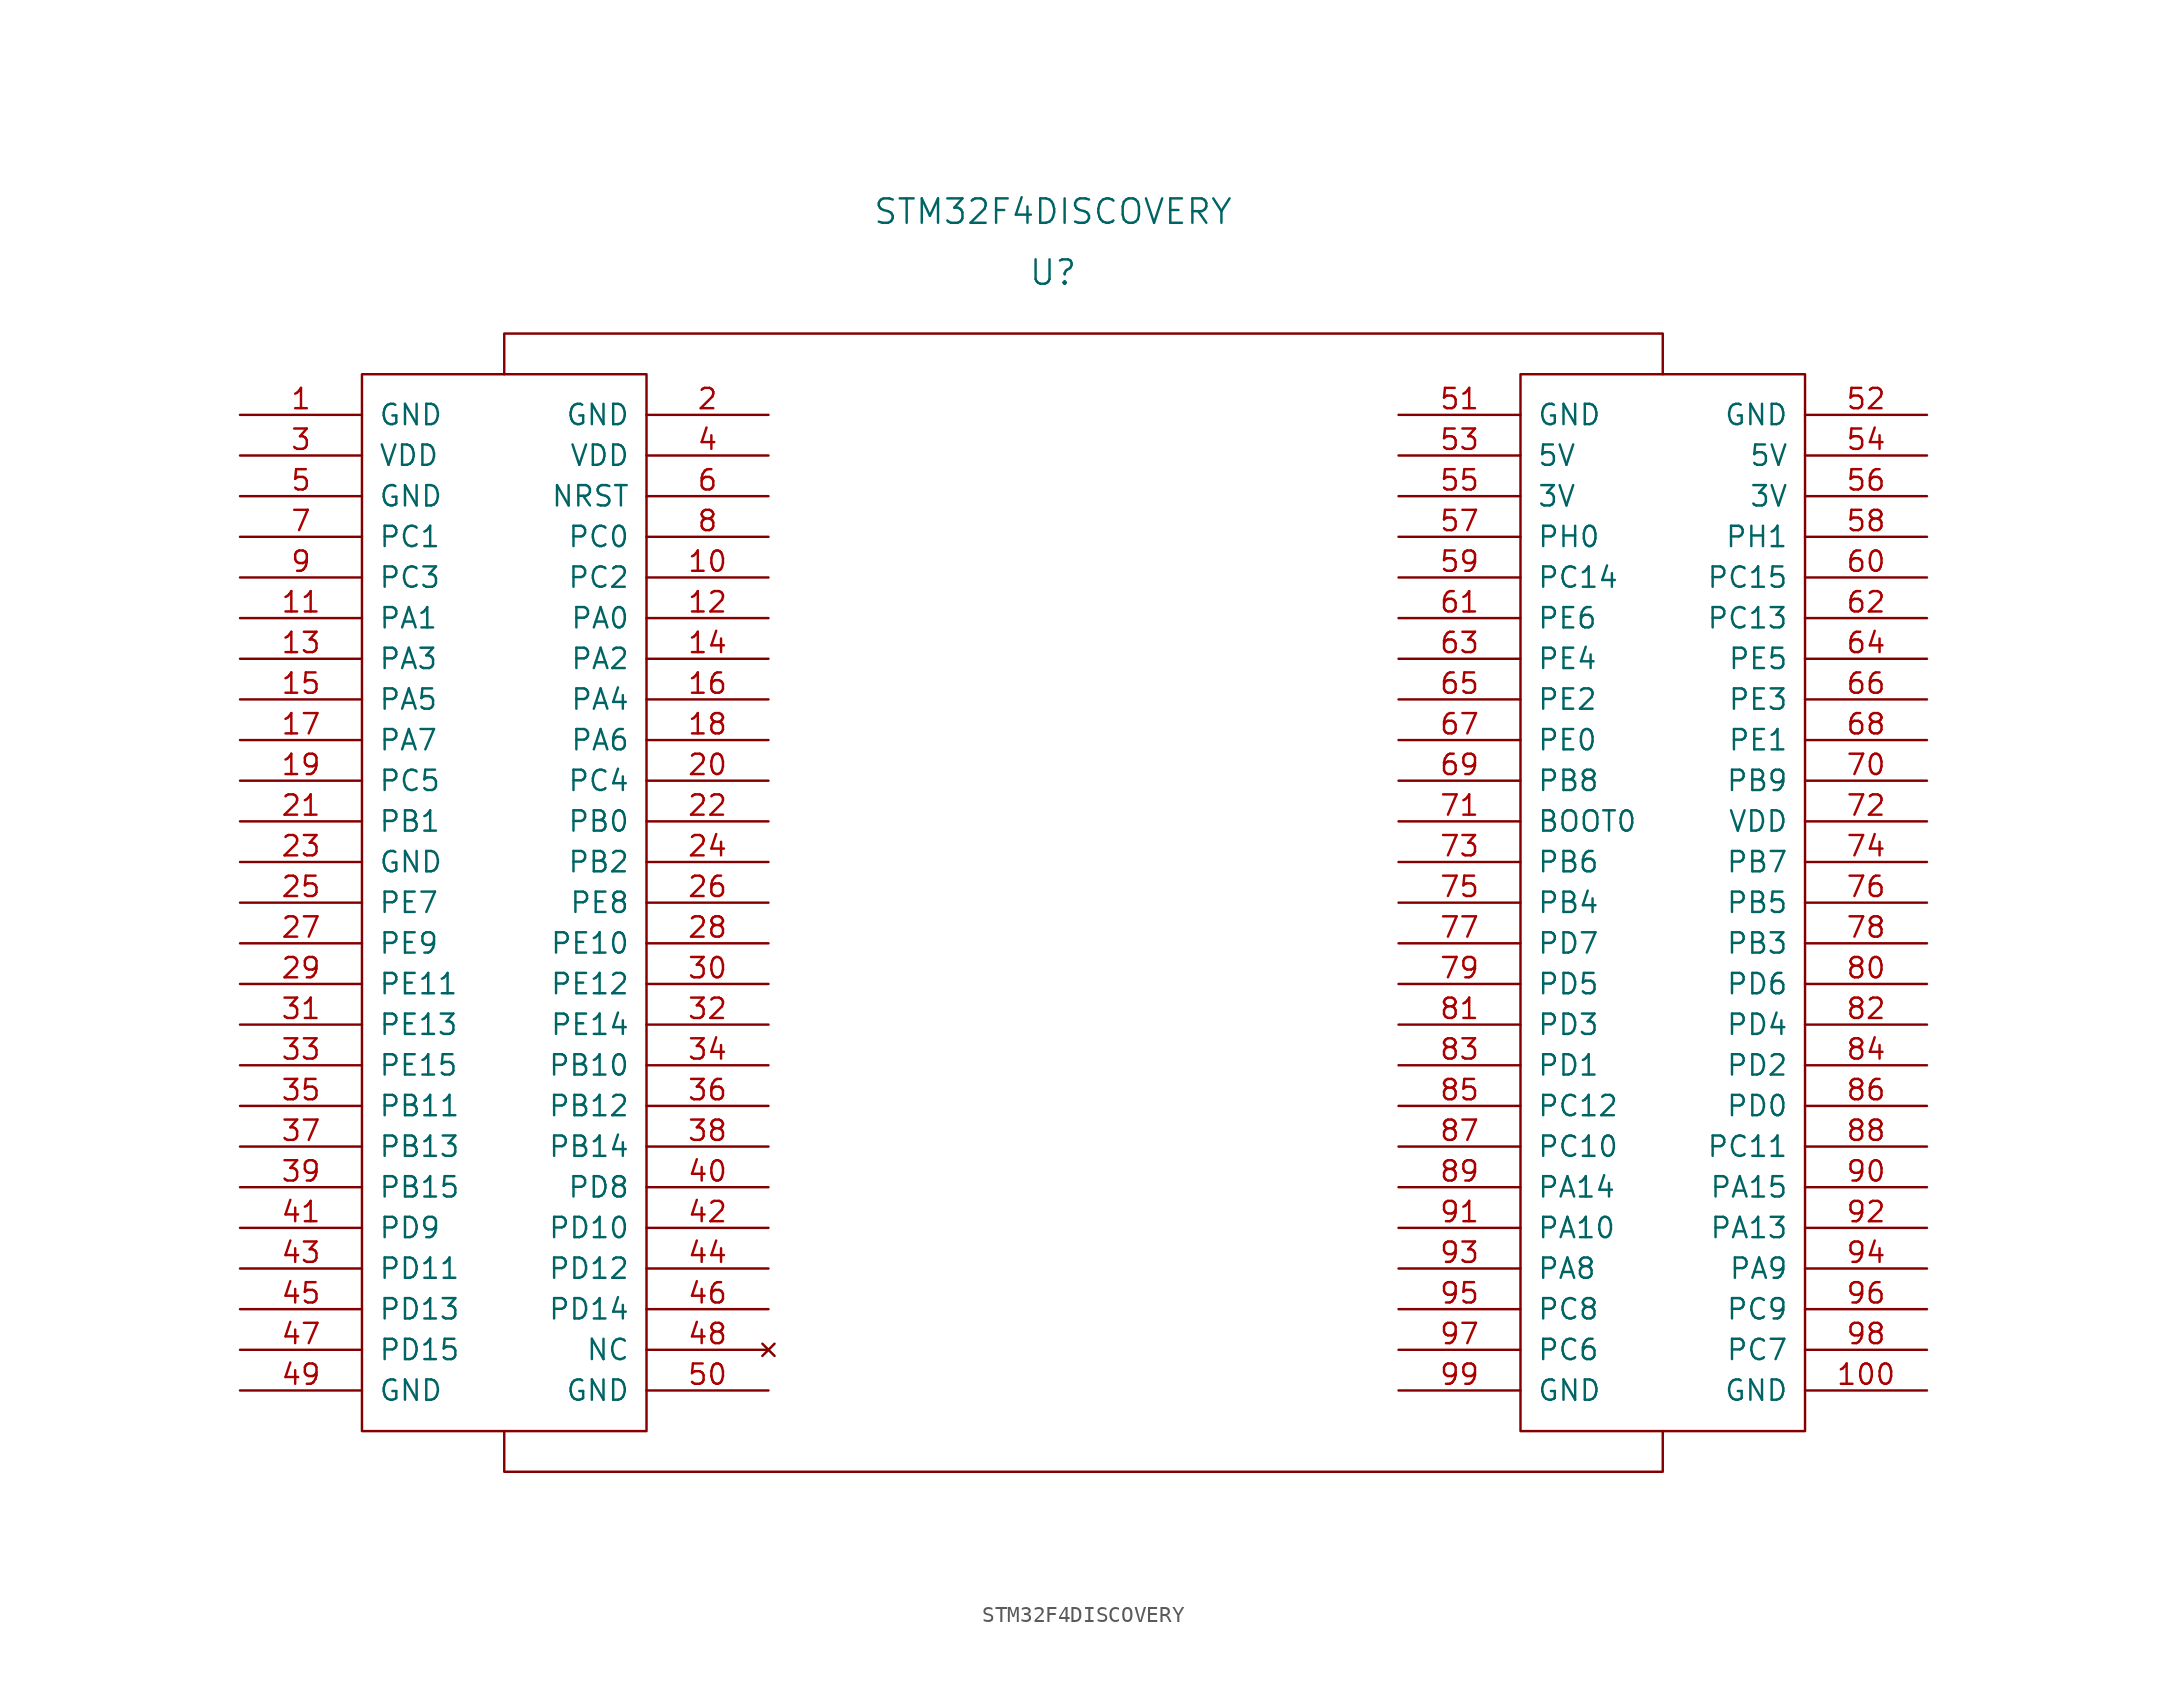
<source format=kicad_sym>
(kicad_symbol_lib
  (version 20220914)
  (generator kicad_symbol_editor)
  (symbol "STM32F4DISCOVERY"
    (pin_names
      (offset 1.016))
    (property "Reference" "U"
      (at 0 6.35 0)
      (effects (font (size 1.524 1.524))))
    (property "Value" "STM32F4DISCOVERY"
      (at 0 10.16 0)
      (effects (font (size 1.524 1.524))))
    (property "Footprint" ""
      (at -35.56 -1.27 0)
      (effects (font (size 1.524 1.524))))
    (property "Datasheet" ""
      (at -35.56 -1.27 0)
      (effects (font (size 1.524 1.524))))
    (symbol "STM32F4DISCOVERY_0_1"
      (rectangle (start -43.18 0) (end -25.4 -66.04) (stroke (width 0) (type solid)) (fill (type none)))
      (polyline (pts (xy -34.29 0) (xy -34.29 2.54) (xy 38.1 2.54) (xy 38.1 0)) (stroke (width 0) (type solid)) (fill (type none)))
      (polyline (pts (xy 38.1 -66.04) (xy 38.1 -68.58) (xy -34.29 -68.58) (xy -34.29 -66.04)) (stroke (width 0) (type solid)) (fill (type none)))
      (rectangle (start 46.99 -66.04) (end 29.21 0) (stroke (width 0) (type solid)) (fill (type none))))
    (symbol "STM32F4DISCOVERY_1_1"
      (pin power_in line (at -50.8 -2.54 0) (length 7.62) (name "GND" (effects (font (size 1.27 1.27)))) (number "1" (effects (font (size 1.27 1.27)))))
      (pin passive line (at -17.78 -12.7 180) (length 7.62) (name "PC2" (effects (font (size 1.27 1.27)))) (number "10" (effects (font (size 1.27 1.27)))))
      (pin power_in line (at 54.61 -63.5 180) (length 7.62) (name "GND" (effects (font (size 1.27 1.27)))) (number "100" (effects (font (size 1.27 1.27)))))
      (pin passive line (at -50.8 -15.24 0) (length 7.62) (name "PA1" (effects (font (size 1.27 1.27)))) (number "11" (effects (font (size 1.27 1.27)))))
      (pin passive line (at -17.78 -15.24 180) (length 7.62) (name "PA0" (effects (font (size 1.27 1.27)))) (number "12" (effects (font (size 1.27 1.27)))))
      (pin passive line (at -50.8 -17.78 0) (length 7.62) (name "PA3" (effects (font (size 1.27 1.27)))) (number "13" (effects (font (size 1.27 1.27)))))
      (pin passive line (at -17.78 -17.78 180) (length 7.62) (name "PA2" (effects (font (size 1.27 1.27)))) (number "14" (effects (font (size 1.27 1.27)))))
      (pin passive line (at -50.8 -20.32 0) (length 7.62) (name "PA5" (effects (font (size 1.27 1.27)))) (number "15" (effects (font (size 1.27 1.27)))))
      (pin passive line (at -17.78 -20.32 180) (length 7.62) (name "PA4" (effects (font (size 1.27 1.27)))) (number "16" (effects (font (size 1.27 1.27)))))
      (pin passive line (at -50.8 -22.86 0) (length 7.62) (name "PA7" (effects (font (size 1.27 1.27)))) (number "17" (effects (font (size 1.27 1.27)))))
      (pin passive line (at -17.78 -22.86 180) (length 7.62) (name "PA6" (effects (font (size 1.27 1.27)))) (number "18" (effects (font (size 1.27 1.27)))))
      (pin passive line (at -50.8 -25.4 0) (length 7.62) (name "PC5" (effects (font (size 1.27 1.27)))) (number "19" (effects (font (size 1.27 1.27)))))
      (pin power_in line (at -17.78 -2.54 180) (length 7.62) (name "GND" (effects (font (size 1.27 1.27)))) (number "2" (effects (font (size 1.27 1.27)))))
      (pin passive line (at -17.78 -25.4 180) (length 7.62) (name "PC4" (effects (font (size 1.27 1.27)))) (number "20" (effects (font (size 1.27 1.27)))))
      (pin passive line (at -50.8 -27.94 0) (length 7.62) (name "PB1" (effects (font (size 1.27 1.27)))) (number "21" (effects (font (size 1.27 1.27)))))
      (pin passive line (at -17.78 -27.94 180) (length 7.62) (name "PB0" (effects (font (size 1.27 1.27)))) (number "22" (effects (font (size 1.27 1.27)))))
      (pin power_in line (at -50.8 -30.48 0) (length 7.62) (name "GND" (effects (font (size 1.27 1.27)))) (number "23" (effects (font (size 1.27 1.27)))))
      (pin passive line (at -17.78 -30.48 180) (length 7.62) (name "PB2" (effects (font (size 1.27 1.27)))) (number "24" (effects (font (size 1.27 1.27)))))
      (pin passive line (at -50.8 -33.02 0) (length 7.62) (name "PE7" (effects (font (size 1.27 1.27)))) (number "25" (effects (font (size 1.27 1.27)))))
      (pin passive line (at -17.78 -33.02 180) (length 7.62) (name "PE8" (effects (font (size 1.27 1.27)))) (number "26" (effects (font (size 1.27 1.27)))))
      (pin passive line (at -50.8 -35.56 0) (length 7.62) (name "PE9" (effects (font (size 1.27 1.27)))) (number "27" (effects (font (size 1.27 1.27)))))
      (pin passive line (at -17.78 -35.56 180) (length 7.62) (name "PE10" (effects (font (size 1.27 1.27)))) (number "28" (effects (font (size 1.27 1.27)))))
      (pin passive line (at -50.8 -38.1 0) (length 7.62) (name "PE11" (effects (font (size 1.27 1.27)))) (number "29" (effects (font (size 1.27 1.27)))))
      (pin power_in line (at -50.8 -5.08 0) (length 7.62) (name "VDD" (effects (font (size 1.27 1.27)))) (number "3" (effects (font (size 1.27 1.27)))))
      (pin passive line (at -17.78 -38.1 180) (length 7.62) (name "PE12" (effects (font (size 1.27 1.27)))) (number "30" (effects (font (size 1.27 1.27)))))
      (pin passive line (at -50.8 -40.64 0) (length 7.62) (name "PE13" (effects (font (size 1.27 1.27)))) (number "31" (effects (font (size 1.27 1.27)))))
      (pin passive line (at -17.78 -40.64 180) (length 7.62) (name "PE14" (effects (font (size 1.27 1.27)))) (number "32" (effects (font (size 1.27 1.27)))))
      (pin passive line (at -50.8 -43.18 0) (length 7.62) (name "PE15" (effects (font (size 1.27 1.27)))) (number "33" (effects (font (size 1.27 1.27)))))
      (pin passive line (at -17.78 -43.18 180) (length 7.62) (name "PB10" (effects (font (size 1.27 1.27)))) (number "34" (effects (font (size 1.27 1.27)))))
      (pin passive line (at -50.8 -45.72 0) (length 7.62) (name "PB11" (effects (font (size 1.27 1.27)))) (number "35" (effects (font (size 1.27 1.27)))))
      (pin passive line (at -17.78 -45.72 180) (length 7.62) (name "PB12" (effects (font (size 1.27 1.27)))) (number "36" (effects (font (size 1.27 1.27)))))
      (pin passive line (at -50.8 -48.26 0) (length 7.62) (name "PB13" (effects (font (size 1.27 1.27)))) (number "37" (effects (font (size 1.27 1.27)))))
      (pin passive line (at -17.78 -48.26 180) (length 7.62) (name "PB14" (effects (font (size 1.27 1.27)))) (number "38" (effects (font (size 1.27 1.27)))))
      (pin passive line (at -50.8 -50.8 0) (length 7.62) (name "PB15" (effects (font (size 1.27 1.27)))) (number "39" (effects (font (size 1.27 1.27)))))
      (pin power_in line (at -17.78 -5.08 180) (length 7.62) (name "VDD" (effects (font (size 1.27 1.27)))) (number "4" (effects (font (size 1.27 1.27)))))
      (pin passive line (at -17.78 -50.8 180) (length 7.62) (name "PD8" (effects (font (size 1.27 1.27)))) (number "40" (effects (font (size 1.27 1.27)))))
      (pin passive line (at -50.8 -53.34 0) (length 7.62) (name "PD9" (effects (font (size 1.27 1.27)))) (number "41" (effects (font (size 1.27 1.27)))))
      (pin passive line (at -17.78 -53.34 180) (length 7.62) (name "PD10" (effects (font (size 1.27 1.27)))) (number "42" (effects (font (size 1.27 1.27)))))
      (pin passive line (at -50.8 -55.88 0) (length 7.62) (name "PD11" (effects (font (size 1.27 1.27)))) (number "43" (effects (font (size 1.27 1.27)))))
      (pin passive line (at -17.78 -55.88 180) (length 7.62) (name "PD12" (effects (font (size 1.27 1.27)))) (number "44" (effects (font (size 1.27 1.27)))))
      (pin passive line (at -50.8 -58.42 0) (length 7.62) (name "PD13" (effects (font (size 1.27 1.27)))) (number "45" (effects (font (size 1.27 1.27)))))
      (pin passive line (at -17.78 -58.42 180) (length 7.62) (name "PD14" (effects (font (size 1.27 1.27)))) (number "46" (effects (font (size 1.27 1.27)))))
      (pin passive line (at -50.8 -60.96 0) (length 7.62) (name "PD15" (effects (font (size 1.27 1.27)))) (number "47" (effects (font (size 1.27 1.27)))))
      (pin no_connect line (at -17.78 -60.96 180) (length 7.62) (name "NC" (effects (font (size 1.27 1.27)))) (number "48" (effects (font (size 1.27 1.27)))))
      (pin power_in line (at -50.8 -63.5 0) (length 7.62) (name "GND" (effects (font (size 1.27 1.27)))) (number "49" (effects (font (size 1.27 1.27)))))
      (pin power_in line (at -50.8 -7.62 0) (length 7.62) (name "GND" (effects (font (size 1.27 1.27)))) (number "5" (effects (font (size 1.27 1.27)))))
      (pin power_in line (at -17.78 -63.5 180) (length 7.62) (name "GND" (effects (font (size 1.27 1.27)))) (number "50" (effects (font (size 1.27 1.27)))))
      (pin power_in line (at 21.59 -2.54 0) (length 7.62) (name "GND" (effects (font (size 1.27 1.27)))) (number "51" (effects (font (size 1.27 1.27)))))
      (pin power_in line (at 54.61 -2.54 180) (length 7.62) (name "GND" (effects (font (size 1.27 1.27)))) (number "52" (effects (font (size 1.27 1.27)))))
      (pin passive line (at 21.59 -5.08 0) (length 7.62) (name "5V" (effects (font (size 1.27 1.27)))) (number "53" (effects (font (size 1.27 1.27)))))
      (pin passive line (at 54.61 -5.08 180) (length 7.62) (name "5V" (effects (font (size 1.27 1.27)))) (number "54" (effects (font (size 1.27 1.27)))))
      (pin passive line (at 21.59 -7.62 0) (length 7.62) (name "3V" (effects (font (size 1.27 1.27)))) (number "55" (effects (font (size 1.27 1.27)))))
      (pin passive line (at 54.61 -7.62 180) (length 7.62) (name "3V" (effects (font (size 1.27 1.27)))) (number "56" (effects (font (size 1.27 1.27)))))
      (pin passive line (at 21.59 -10.16 0) (length 7.62) (name "PH0" (effects (font (size 1.27 1.27)))) (number "57" (effects (font (size 1.27 1.27)))))
      (pin passive line (at 54.61 -10.16 180) (length 7.62) (name "PH1" (effects (font (size 1.27 1.27)))) (number "58" (effects (font (size 1.27 1.27)))))
      (pin passive line (at 21.59 -12.7 0) (length 7.62) (name "PC14" (effects (font (size 1.27 1.27)))) (number "59" (effects (font (size 1.27 1.27)))))
      (pin passive line (at -17.78 -7.62 180) (length 7.62) (name "NRST" (effects (font (size 1.27 1.27)))) (number "6" (effects (font (size 1.27 1.27)))))
      (pin passive line (at 54.61 -12.7 180) (length 7.62) (name "PC15" (effects (font (size 1.27 1.27)))) (number "60" (effects (font (size 1.27 1.27)))))
      (pin passive line (at 21.59 -15.24 0) (length 7.62) (name "PE6" (effects (font (size 1.27 1.27)))) (number "61" (effects (font (size 1.27 1.27)))))
      (pin passive line (at 54.61 -15.24 180) (length 7.62) (name "PC13" (effects (font (size 1.27 1.27)))) (number "62" (effects (font (size 1.27 1.27)))))
      (pin passive line (at 21.59 -17.78 0) (length 7.62) (name "PE4" (effects (font (size 1.27 1.27)))) (number "63" (effects (font (size 1.27 1.27)))))
      (pin passive line (at 54.61 -17.78 180) (length 7.62) (name "PE5" (effects (font (size 1.27 1.27)))) (number "64" (effects (font (size 1.27 1.27)))))
      (pin passive line (at 21.59 -20.32 0) (length 7.62) (name "PE2" (effects (font (size 1.27 1.27)))) (number "65" (effects (font (size 1.27 1.27)))))
      (pin passive line (at 54.61 -20.32 180) (length 7.62) (name "PE3" (effects (font (size 1.27 1.27)))) (number "66" (effects (font (size 1.27 1.27)))))
      (pin passive line (at 21.59 -22.86 0) (length 7.62) (name "PE0" (effects (font (size 1.27 1.27)))) (number "67" (effects (font (size 1.27 1.27)))))
      (pin passive line (at 54.61 -22.86 180) (length 7.62) (name "PE1" (effects (font (size 1.27 1.27)))) (number "68" (effects (font (size 1.27 1.27)))))
      (pin passive line (at 21.59 -25.4 0) (length 7.62) (name "PB8" (effects (font (size 1.27 1.27)))) (number "69" (effects (font (size 1.27 1.27)))))
      (pin passive line (at -50.8 -10.16 0) (length 7.62) (name "PC1" (effects (font (size 1.27 1.27)))) (number "7" (effects (font (size 1.27 1.27)))))
      (pin passive line (at 54.61 -25.4 180) (length 7.62) (name "PB9" (effects (font (size 1.27 1.27)))) (number "70" (effects (font (size 1.27 1.27)))))
      (pin passive line (at 21.59 -27.94 0) (length 7.62) (name "BOOT0" (effects (font (size 1.27 1.27)))) (number "71" (effects (font (size 1.27 1.27)))))
      (pin power_in line (at 54.61 -27.94 180) (length 7.62) (name "VDD" (effects (font (size 1.27 1.27)))) (number "72" (effects (font (size 1.27 1.27)))))
      (pin passive line (at 21.59 -30.48 0) (length 7.62) (name "PB6" (effects (font (size 1.27 1.27)))) (number "73" (effects (font (size 1.27 1.27)))))
      (pin passive line (at 54.61 -30.48 180) (length 7.62) (name "PB7" (effects (font (size 1.27 1.27)))) (number "74" (effects (font (size 1.27 1.27)))))
      (pin passive line (at 21.59 -33.02 0) (length 7.62) (name "PB4" (effects (font (size 1.27 1.27)))) (number "75" (effects (font (size 1.27 1.27)))))
      (pin passive line (at 54.61 -33.02 180) (length 7.62) (name "PB5" (effects (font (size 1.27 1.27)))) (number "76" (effects (font (size 1.27 1.27)))))
      (pin passive line (at 21.59 -35.56 0) (length 7.62) (name "PD7" (effects (font (size 1.27 1.27)))) (number "77" (effects (font (size 1.27 1.27)))))
      (pin passive line (at 54.61 -35.56 180) (length 7.62) (name "PB3" (effects (font (size 1.27 1.27)))) (number "78" (effects (font (size 1.27 1.27)))))
      (pin passive line (at 21.59 -38.1 0) (length 7.62) (name "PD5" (effects (font (size 1.27 1.27)))) (number "79" (effects (font (size 1.27 1.27)))))
      (pin passive line (at -17.78 -10.16 180) (length 7.62) (name "PC0" (effects (font (size 1.27 1.27)))) (number "8" (effects (font (size 1.27 1.27)))))
      (pin passive line (at 54.61 -38.1 180) (length 7.62) (name "PD6" (effects (font (size 1.27 1.27)))) (number "80" (effects (font (size 1.27 1.27)))))
      (pin passive line (at 21.59 -40.64 0) (length 7.62) (name "PD3" (effects (font (size 1.27 1.27)))) (number "81" (effects (font (size 1.27 1.27)))))
      (pin passive line (at 54.61 -40.64 180) (length 7.62) (name "PD4" (effects (font (size 1.27 1.27)))) (number "82" (effects (font (size 1.27 1.27)))))
      (pin passive line (at 21.59 -43.18 0) (length 7.62) (name "PD1" (effects (font (size 1.27 1.27)))) (number "83" (effects (font (size 1.27 1.27)))))
      (pin passive line (at 54.61 -43.18 180) (length 7.62) (name "PD2" (effects (font (size 1.27 1.27)))) (number "84" (effects (font (size 1.27 1.27)))))
      (pin passive line (at 21.59 -45.72 0) (length 7.62) (name "PC12" (effects (font (size 1.27 1.27)))) (number "85" (effects (font (size 1.27 1.27)))))
      (pin passive line (at 54.61 -45.72 180) (length 7.62) (name "PD0" (effects (font (size 1.27 1.27)))) (number "86" (effects (font (size 1.27 1.27)))))
      (pin passive line (at 21.59 -48.26 0) (length 7.62) (name "PC10" (effects (font (size 1.27 1.27)))) (number "87" (effects (font (size 1.27 1.27)))))
      (pin passive line (at 54.61 -48.26 180) (length 7.62) (name "PC11" (effects (font (size 1.27 1.27)))) (number "88" (effects (font (size 1.27 1.27)))))
      (pin passive line (at 21.59 -50.8 0) (length 7.62) (name "PA14" (effects (font (size 1.27 1.27)))) (number "89" (effects (font (size 1.27 1.27)))))
      (pin passive line (at -50.8 -12.7 0) (length 7.62) (name "PC3" (effects (font (size 1.27 1.27)))) (number "9" (effects (font (size 1.27 1.27)))))
      (pin passive line (at 54.61 -50.8 180) (length 7.62) (name "PA15" (effects (font (size 1.27 1.27)))) (number "90" (effects (font (size 1.27 1.27)))))
      (pin passive line (at 21.59 -53.34 0) (length 7.62) (name "PA10" (effects (font (size 1.27 1.27)))) (number "91" (effects (font (size 1.27 1.27)))))
      (pin passive line (at 54.61 -53.34 180) (length 7.62) (name "PA13" (effects (font (size 1.27 1.27)))) (number "92" (effects (font (size 1.27 1.27)))))
      (pin passive line (at 21.59 -55.88 0) (length 7.62) (name "PA8" (effects (font (size 1.27 1.27)))) (number "93" (effects (font (size 1.27 1.27)))))
      (pin passive line (at 54.61 -55.88 180) (length 7.62) (name "PA9" (effects (font (size 1.27 1.27)))) (number "94" (effects (font (size 1.27 1.27)))))
      (pin passive line (at 21.59 -58.42 0) (length 7.62) (name "PC8" (effects (font (size 1.27 1.27)))) (number "95" (effects (font (size 1.27 1.27)))))
      (pin passive line (at 54.61 -58.42 180) (length 7.62) (name "PC9" (effects (font (size 1.27 1.27)))) (number "96" (effects (font (size 1.27 1.27)))))
      (pin passive line (at 21.59 -60.96 0) (length 7.62) (name "PC6" (effects (font (size 1.27 1.27)))) (number "97" (effects (font (size 1.27 1.27)))))
      (pin passive line (at 54.61 -60.96 180) (length 7.62) (name "PC7" (effects (font (size 1.27 1.27)))) (number "98" (effects (font (size 1.27 1.27)))))
      (pin power_in line (at 21.59 -63.5 0) (length 7.62) (name "GND" (effects (font (size 1.27 1.27)))) (number "99" (effects (font (size 1.27 1.27))))))))
</source>
